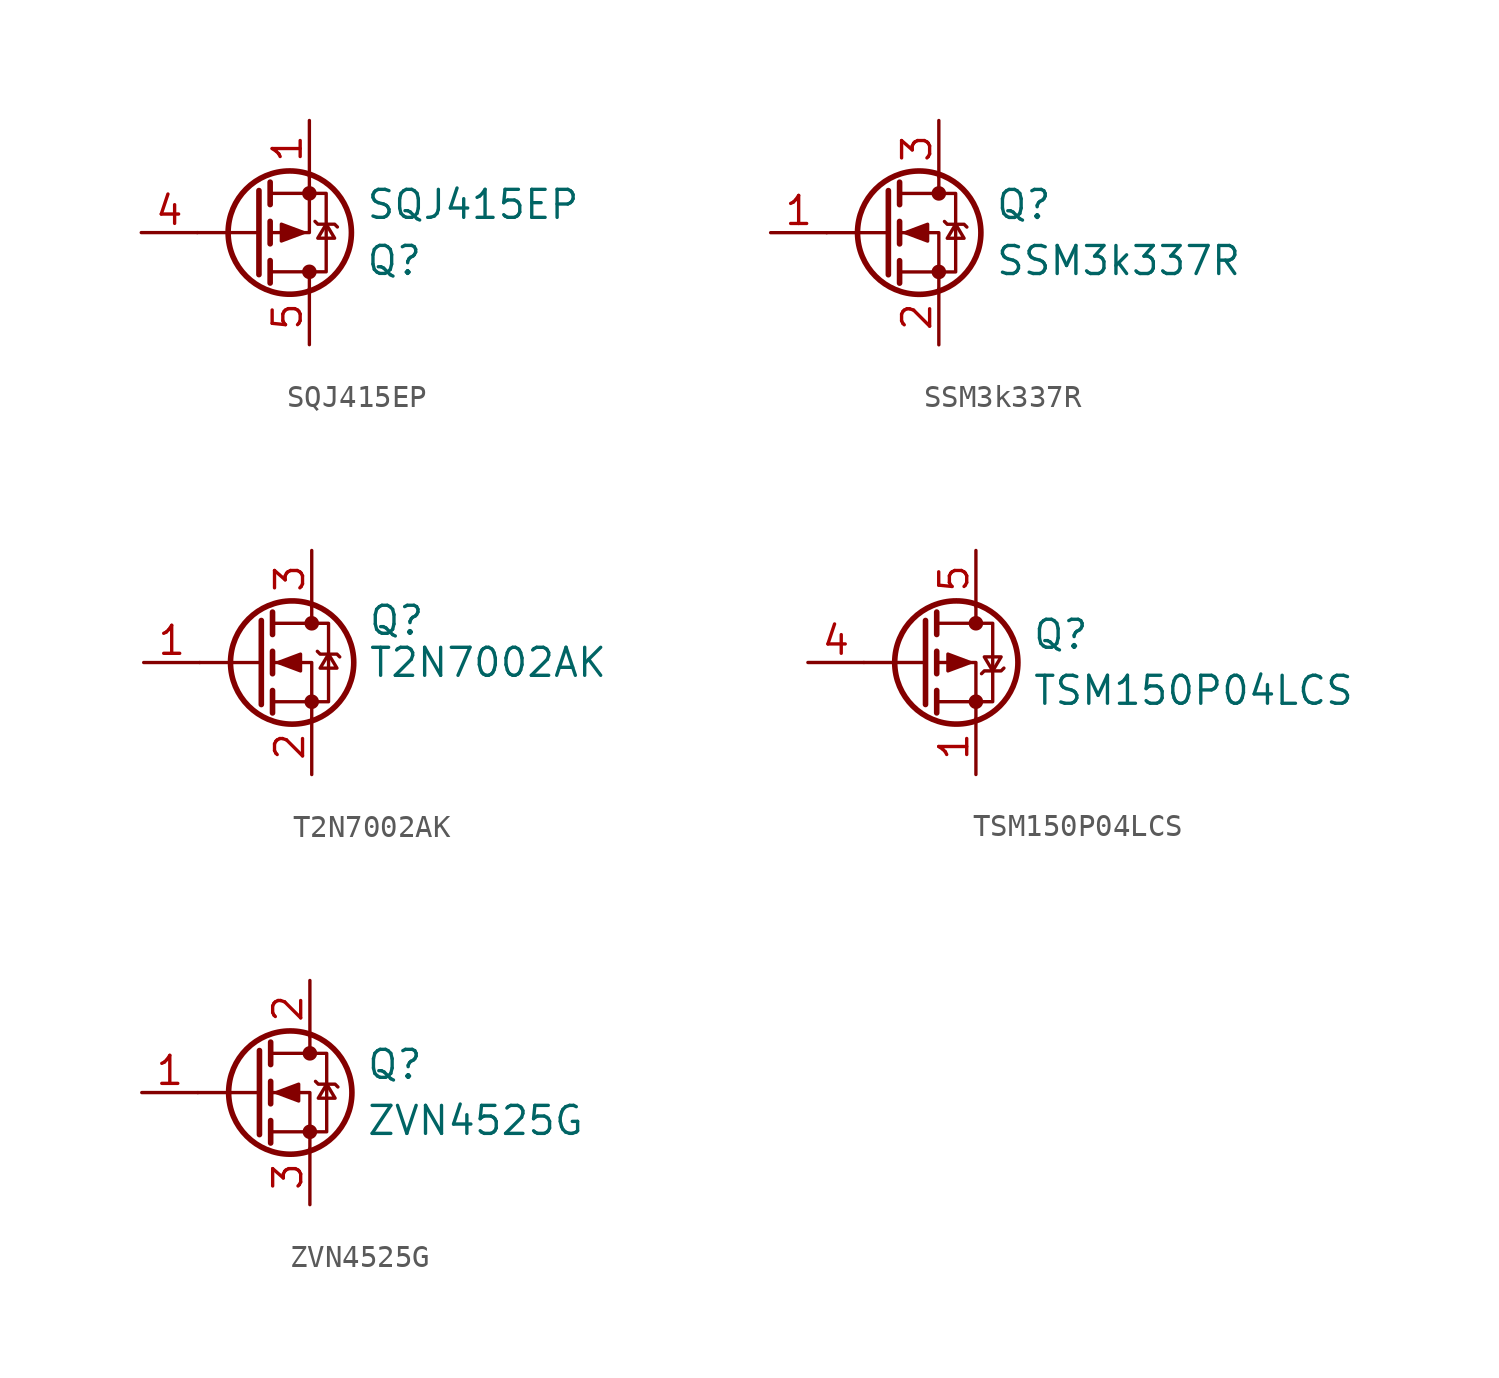
<source format=kicad_sym>
(kicad_symbol_lib
  (version 20211014)
  (generator kicad_symbol_editor)
  (symbol "SQJ415EP"
    (pin_names
      (offset 0) hide)
    (property "Reference" "Q"
      (at 3.81 -1.27 0)
      (effects (font (size 1.27 1.27)) (justify left)))
    (property "Value" "SQJ415EP"
      (at 3.81 1.27 0)
      (effects (font (size 1.27 1.27)) (justify left)))
    (symbol "SQJ415EP_0_1"
      (polyline (pts (xy -1.016 -1.905) (xy -1.016 1.905)) (stroke (width 0.254) (type default) (color 0 0 0 0)) (fill (type none)))
      (polyline (pts (xy -1.016 0) (xy -3.81 0)) (stroke (width 0) (type default) (color 0 0 0 0)) (fill (type none)))
      (polyline (pts (xy -0.508 -2.286) (xy -0.508 -1.27)) (stroke (width 0.254) (type default) (color 0 0 0 0)) (fill (type none)))
      (polyline (pts (xy -0.508 -0.508) (xy -0.508 0.508)) (stroke (width 0.254) (type default) (color 0 0 0 0)) (fill (type none)))
      (polyline (pts (xy -0.508 1.27) (xy -0.508 2.286)) (stroke (width 0.254) (type default) (color 0 0 0 0)) (fill (type none)))
      (polyline (pts (xy 1.27 -2.54) (xy 1.27 -1.778)) (stroke (width 0) (type default) (color 0 0 0 0)) (fill (type none)))
      (polyline (pts (xy 1.27 2.54) (xy 1.27 0) (xy -0.508 0)) (stroke (width 0) (type default) (color 0 0 0 0)) (fill (type none)))
      (polyline (pts (xy -0.508 -1.778) (xy 2.032 -1.778) (xy 2.032 1.778) (xy -0.508 1.778)) (stroke (width 0) (type default) (color 0 0 0 0)) (fill (type none)))
      (polyline (pts (xy 1.016 0) (xy 0 -0.381) (xy 0 0.381) (xy 1.016 0)) (stroke (width 0) (type default) (color 0 0 0 0)) (fill (type outline)))
      (polyline (pts (xy 1.524 0.508) (xy 1.651 0.381) (xy 2.413 0.381) (xy 2.54 0.254)) (stroke (width 0) (type default) (color 0 0 0 0)) (fill (type none)))
      (polyline (pts (xy 2.032 0.381) (xy 1.651 -0.254) (xy 2.413 -0.254) (xy 2.032 0.381)) (stroke (width 0) (type default) (color 0 0 0 0)) (fill (type none)))
      (circle (center 0.381 0) (radius 2.794) (stroke (width 0.254) (type default) (color 0 0 0 0)) (fill (type none)))
      (circle (center 1.27 -1.778) (radius 0.254) (stroke (width 0) (type default) (color 0 0 0 0)) (fill (type outline)))
      (circle (center 1.27 1.778) (radius 0.254) (stroke (width 0) (type default) (color 0 0 0 0)) (fill (type outline))))
    (symbol "SQJ415EP_1_1"
      (pin passive line (at 1.27 5.08 270) (length 2.54) (name "S" (effects (font (size 1.27 1.27)))) (number "1" (effects (font (size 1.27 1.27)))))
      (pin passive line (at 1.27 5.08 270) (length 2.54) hide (name "S" (effects (font (size 1.27 1.27)))) (number "2" (effects (font (size 1.27 1.27)))))
      (pin passive line (at 1.27 5.08 270) (length 2.54) hide (name "S" (effects (font (size 1.27 1.27)))) (number "3" (effects (font (size 1.27 1.27)))))
      (pin input line (at -6.35 0 0) (length 2.54) (name "G" (effects (font (size 1.27 1.27)))) (number "4" (effects (font (size 1.27 1.27)))))
      (pin input line (at 1.27 -5.08 90) (length 2.54) (name "D" (effects (font (size 1.27 1.27)))) (number "5" (effects (font (size 1.27 1.27)))))))
  (symbol "SSM3k337R"
    (pin_names
      (offset 0) hide)
    (property "Reference" "Q"
      (at 5.08 1.27 0)
      (effects (font (size 1.27 1.27)) (justify left)))
    (property "Value" "SSM3k337R"
      (at 5.08 -1.27 0)
      (effects (font (size 1.27 1.27)) (justify left)))
    (symbol "SSM3k337R_0_1"
      (polyline (pts (xy 0.254 0) (xy -2.54 0)) (stroke (width 0) (type default) (color 0 0 0 0)) (fill (type none)))
      (polyline (pts (xy 0.254 1.905) (xy 0.254 -1.905)) (stroke (width 0.254) (type default) (color 0 0 0 0)) (fill (type none)))
      (polyline (pts (xy 0.762 -1.27) (xy 0.762 -2.286)) (stroke (width 0.254) (type default) (color 0 0 0 0)) (fill (type none)))
      (polyline (pts (xy 0.762 0.508) (xy 0.762 -0.508)) (stroke (width 0.254) (type default) (color 0 0 0 0)) (fill (type none)))
      (polyline (pts (xy 0.762 2.286) (xy 0.762 1.27)) (stroke (width 0.254) (type default) (color 0 0 0 0)) (fill (type none)))
      (polyline (pts (xy 2.54 2.54) (xy 2.54 1.778)) (stroke (width 0) (type default) (color 0 0 0 0)) (fill (type none)))
      (polyline (pts (xy 2.54 -2.54) (xy 2.54 0) (xy 0.762 0)) (stroke (width 0) (type default) (color 0 0 0 0)) (fill (type none)))
      (polyline (pts (xy 0.762 -1.778) (xy 3.302 -1.778) (xy 3.302 1.778) (xy 0.762 1.778)) (stroke (width 0) (type default) (color 0 0 0 0)) (fill (type none)))
      (polyline (pts (xy 1.016 0) (xy 2.032 0.381) (xy 2.032 -0.381) (xy 1.016 0)) (stroke (width 0) (type default) (color 0 0 0 0)) (fill (type outline)))
      (polyline (pts (xy 2.794 0.508) (xy 2.921 0.381) (xy 3.683 0.381) (xy 3.81 0.254)) (stroke (width 0) (type default) (color 0 0 0 0)) (fill (type none)))
      (polyline (pts (xy 3.302 0.381) (xy 2.921 -0.254) (xy 3.683 -0.254) (xy 3.302 0.381)) (stroke (width 0) (type default) (color 0 0 0 0)) (fill (type none)))
      (circle (center 1.651 0) (radius 2.794) (stroke (width 0.254) (type default) (color 0 0 0 0)) (fill (type none)))
      (circle (center 2.54 -1.778) (radius 0.254) (stroke (width 0) (type default) (color 0 0 0 0)) (fill (type outline)))
      (circle (center 2.54 1.778) (radius 0.254) (stroke (width 0) (type default) (color 0 0 0 0)) (fill (type outline))))
    (symbol "SSM3k337R_1_1"
      (pin input line (at -5.08 0 0) (length 2.54) (name "G" (effects (font (size 1.27 1.27)))) (number "1" (effects (font (size 1.27 1.27)))))
      (pin passive line (at 2.54 -5.08 90) (length 2.54) (name "S" (effects (font (size 1.27 1.27)))) (number "2" (effects (font (size 1.27 1.27)))))
      (pin passive line (at 2.54 5.08 270) (length 2.54) (name "D" (effects (font (size 1.27 1.27)))) (number "3" (effects (font (size 1.27 1.27)))))))
  (symbol "T2N7002AK"
    (pin_names hide)
    (property "Reference" "Q"
      (at 5.08 1.905 0)
      (effects (font (size 1.27 1.27)) (justify left)))
    (property "Value" "T2N7002AK"
      (at 5.08 0 0)
      (effects (font (size 1.27 1.27)) (justify left)))
    (symbol "T2N7002AK_0_1"
      (polyline (pts (xy 0.254 0) (xy -2.54 0)) (stroke (width 0) (type default) (color 0 0 0 0)) (fill (type none)))
      (polyline (pts (xy 0.254 1.905) (xy 0.254 -1.905)) (stroke (width 0.254) (type default) (color 0 0 0 0)) (fill (type none)))
      (polyline (pts (xy 0.762 -1.27) (xy 0.762 -2.286)) (stroke (width 0.254) (type default) (color 0 0 0 0)) (fill (type none)))
      (polyline (pts (xy 0.762 0.508) (xy 0.762 -0.508)) (stroke (width 0.254) (type default) (color 0 0 0 0)) (fill (type none)))
      (polyline (pts (xy 0.762 2.286) (xy 0.762 1.27)) (stroke (width 0.254) (type default) (color 0 0 0 0)) (fill (type none)))
      (polyline (pts (xy 2.54 2.54) (xy 2.54 1.778)) (stroke (width 0) (type default) (color 0 0 0 0)) (fill (type none)))
      (polyline (pts (xy 2.54 -2.54) (xy 2.54 0) (xy 0.762 0)) (stroke (width 0) (type default) (color 0 0 0 0)) (fill (type none)))
      (polyline (pts (xy 0.762 -1.778) (xy 3.302 -1.778) (xy 3.302 1.778) (xy 0.762 1.778)) (stroke (width 0) (type default) (color 0 0 0 0)) (fill (type none)))
      (polyline (pts (xy 1.016 0) (xy 2.032 0.381) (xy 2.032 -0.381) (xy 1.016 0)) (stroke (width 0) (type default) (color 0 0 0 0)) (fill (type outline)))
      (polyline (pts (xy 2.794 0.508) (xy 2.921 0.381) (xy 3.683 0.381) (xy 3.81 0.254)) (stroke (width 0) (type default) (color 0 0 0 0)) (fill (type none)))
      (polyline (pts (xy 3.302 0.381) (xy 2.921 -0.254) (xy 3.683 -0.254) (xy 3.302 0.381)) (stroke (width 0) (type default) (color 0 0 0 0)) (fill (type none)))
      (circle (center 1.651 0) (radius 2.794) (stroke (width 0.254) (type default) (color 0 0 0 0)) (fill (type none)))
      (circle (center 2.54 -1.778) (radius 0.254) (stroke (width 0) (type default) (color 0 0 0 0)) (fill (type outline)))
      (circle (center 2.54 1.778) (radius 0.254) (stroke (width 0) (type default) (color 0 0 0 0)) (fill (type outline))))
    (symbol "T2N7002AK_1_1"
      (pin input line (at -5.08 0 0) (length 2.54) (name "G" (effects (font (size 1.27 1.27)))) (number "1" (effects (font (size 1.27 1.27)))))
      (pin passive line (at 2.54 -5.08 90) (length 2.54) (name "S" (effects (font (size 1.27 1.27)))) (number "2" (effects (font (size 1.27 1.27)))))
      (pin passive line (at 2.54 5.08 270) (length 2.54) (name "D" (effects (font (size 1.27 1.27)))) (number "3" (effects (font (size 1.27 1.27)))))))
  (symbol "TSM150P04LCS"
    (pin_names
      (offset 0) hide)
    (property "Reference" "Q"
      (at 5.08 1.27 0)
      (effects (font (size 1.27 1.27)) (justify left)))
    (property "Value" "TSM150P04LCS"
      (at 5.08 -1.27 0)
      (effects (font (size 1.27 1.27)) (justify left)))
    (symbol "TSM150P04LCS_0_1"
      (polyline (pts (xy 0.254 0) (xy -2.54 0)) (stroke (width 0) (type default) (color 0 0 0 0)) (fill (type none)))
      (polyline (pts (xy 0.254 1.905) (xy 0.254 -1.905)) (stroke (width 0.254) (type default) (color 0 0 0 0)) (fill (type none)))
      (polyline (pts (xy 0.762 -1.27) (xy 0.762 -2.286)) (stroke (width 0.254) (type default) (color 0 0 0 0)) (fill (type none)))
      (polyline (pts (xy 0.762 0.508) (xy 0.762 -0.508)) (stroke (width 0.254) (type default) (color 0 0 0 0)) (fill (type none)))
      (polyline (pts (xy 0.762 2.286) (xy 0.762 1.27)) (stroke (width 0.254) (type default) (color 0 0 0 0)) (fill (type none)))
      (polyline (pts (xy 2.54 2.54) (xy 2.54 1.778)) (stroke (width 0) (type default) (color 0 0 0 0)) (fill (type none)))
      (polyline (pts (xy 2.54 -2.54) (xy 2.54 0) (xy 0.762 0)) (stroke (width 0) (type default) (color 0 0 0 0)) (fill (type none)))
      (polyline (pts (xy 0.762 1.778) (xy 3.302 1.778) (xy 3.302 -1.778) (xy 0.762 -1.778)) (stroke (width 0) (type default) (color 0 0 0 0)) (fill (type none)))
      (polyline (pts (xy 2.286 0) (xy 1.27 0.381) (xy 1.27 -0.381) (xy 2.286 0)) (stroke (width 0) (type default) (color 0 0 0 0)) (fill (type outline)))
      (polyline (pts (xy 2.794 -0.508) (xy 2.921 -0.381) (xy 3.683 -0.381) (xy 3.81 -0.254)) (stroke (width 0) (type default) (color 0 0 0 0)) (fill (type none)))
      (polyline (pts (xy 3.302 -0.381) (xy 2.921 0.254) (xy 3.683 0.254) (xy 3.302 -0.381)) (stroke (width 0) (type default) (color 0 0 0 0)) (fill (type none)))
      (circle (center 1.651 0) (radius 2.794) (stroke (width 0.254) (type default) (color 0 0 0 0)) (fill (type none)))
      (circle (center 2.54 -1.778) (radius 0.254) (stroke (width 0) (type default) (color 0 0 0 0)) (fill (type outline)))
      (circle (center 2.54 1.778) (radius 0.254) (stroke (width 0) (type default) (color 0 0 0 0)) (fill (type outline))))
    (symbol "TSM150P04LCS_1_1"
      (pin passive line (at 2.54 -5.08 90) (length 2.54) (name "S" (effects (font (size 1.27 1.27)))) (number "1" (effects (font (size 1.27 1.27)))))
      (pin passive line (at 2.54 -5.08 90) (length 2.54) hide (name "S" (effects (font (size 1.27 1.27)))) (number "2" (effects (font (size 1.27 1.27)))))
      (pin passive line (at 2.54 -5.08 90) (length 2.54) hide (name "S" (effects (font (size 1.27 1.27)))) (number "3" (effects (font (size 1.27 1.27)))))
      (pin input line (at -5.08 0 0) (length 2.54) (name "G" (effects (font (size 1.27 1.27)))) (number "4" (effects (font (size 1.27 1.27)))))
      (pin input line (at 2.54 5.08 270) (length 2.54) (name "D" (effects (font (size 1.27 1.27)))) (number "5" (effects (font (size 1.27 1.27)))))
      (pin input line (at 2.54 5.08 270) (length 2.54) hide (name "D" (effects (font (size 1.27 1.27)))) (number "6" (effects (font (size 1.27 1.27)))))
      (pin input line (at 2.54 5.08 270) (length 2.54) hide (name "D" (effects (font (size 1.27 1.27)))) (number "7" (effects (font (size 1.27 1.27)))))
      (pin input line (at 2.54 5.08 270) (length 2.54) hide (name "D" (effects (font (size 1.27 1.27)))) (number "8" (effects (font (size 1.27 1.27)))))))
  (symbol "ZVN4525G"
    (pin_names
      (offset 0) hide)
    (property "Reference" "Q"
      (at 5.08 1.27 0)
      (effects (font (size 1.27 1.27)) (justify left)))
    (property "Value" "ZVN4525G"
      (at 5.08 -1.27 0)
      (effects (font (size 1.27 1.27)) (justify left)))
    (symbol "ZVN4525G_0_1"
      (polyline (pts (xy 0.254 0) (xy -2.54 0)) (stroke (width 0) (type default) (color 0 0 0 0)) (fill (type none)))
      (polyline (pts (xy 0.254 1.905) (xy 0.254 -1.905)) (stroke (width 0.254) (type default) (color 0 0 0 0)) (fill (type none)))
      (polyline (pts (xy 0.762 -1.27) (xy 0.762 -2.286)) (stroke (width 0.254) (type default) (color 0 0 0 0)) (fill (type none)))
      (polyline (pts (xy 0.762 0.508) (xy 0.762 -0.508)) (stroke (width 0.254) (type default) (color 0 0 0 0)) (fill (type none)))
      (polyline (pts (xy 0.762 2.286) (xy 0.762 1.27)) (stroke (width 0.254) (type default) (color 0 0 0 0)) (fill (type none)))
      (polyline (pts (xy 2.54 2.54) (xy 2.54 1.778)) (stroke (width 0) (type default) (color 0 0 0 0)) (fill (type none)))
      (polyline (pts (xy 2.54 -2.54) (xy 2.54 0) (xy 0.762 0)) (stroke (width 0) (type default) (color 0 0 0 0)) (fill (type none)))
      (polyline (pts (xy 0.762 -1.778) (xy 3.302 -1.778) (xy 3.302 1.778) (xy 0.762 1.778)) (stroke (width 0) (type default) (color 0 0 0 0)) (fill (type none)))
      (polyline (pts (xy 1.016 0) (xy 2.032 0.381) (xy 2.032 -0.381) (xy 1.016 0)) (stroke (width 0) (type default) (color 0 0 0 0)) (fill (type outline)))
      (polyline (pts (xy 2.794 0.508) (xy 2.921 0.381) (xy 3.683 0.381) (xy 3.81 0.254)) (stroke (width 0) (type default) (color 0 0 0 0)) (fill (type none)))
      (polyline (pts (xy 3.302 0.381) (xy 2.921 -0.254) (xy 3.683 -0.254) (xy 3.302 0.381)) (stroke (width 0) (type default) (color 0 0 0 0)) (fill (type none)))
      (circle (center 1.651 0) (radius 2.794) (stroke (width 0.254) (type default) (color 0 0 0 0)) (fill (type none)))
      (circle (center 2.54 -1.778) (radius 0.254) (stroke (width 0) (type default) (color 0 0 0 0)) (fill (type outline)))
      (circle (center 2.54 1.778) (radius 0.254) (stroke (width 0) (type default) (color 0 0 0 0)) (fill (type outline))))
    (symbol "ZVN4525G_1_1"
      (pin input line (at -5.08 0 0) (length 2.54) (name "G" (effects (font (size 1.27 1.27)))) (number "1" (effects (font (size 1.27 1.27)))))
      (pin passive line (at 2.54 5.08 270) (length 2.54) (name "D" (effects (font (size 1.27 1.27)))) (number "2" (effects (font (size 1.27 1.27)))))
      (pin passive line (at 2.54 -5.08 90) (length 2.54) (name "S" (effects (font (size 1.27 1.27)))) (number "3" (effects (font (size 1.27 1.27))))))))
</source>
